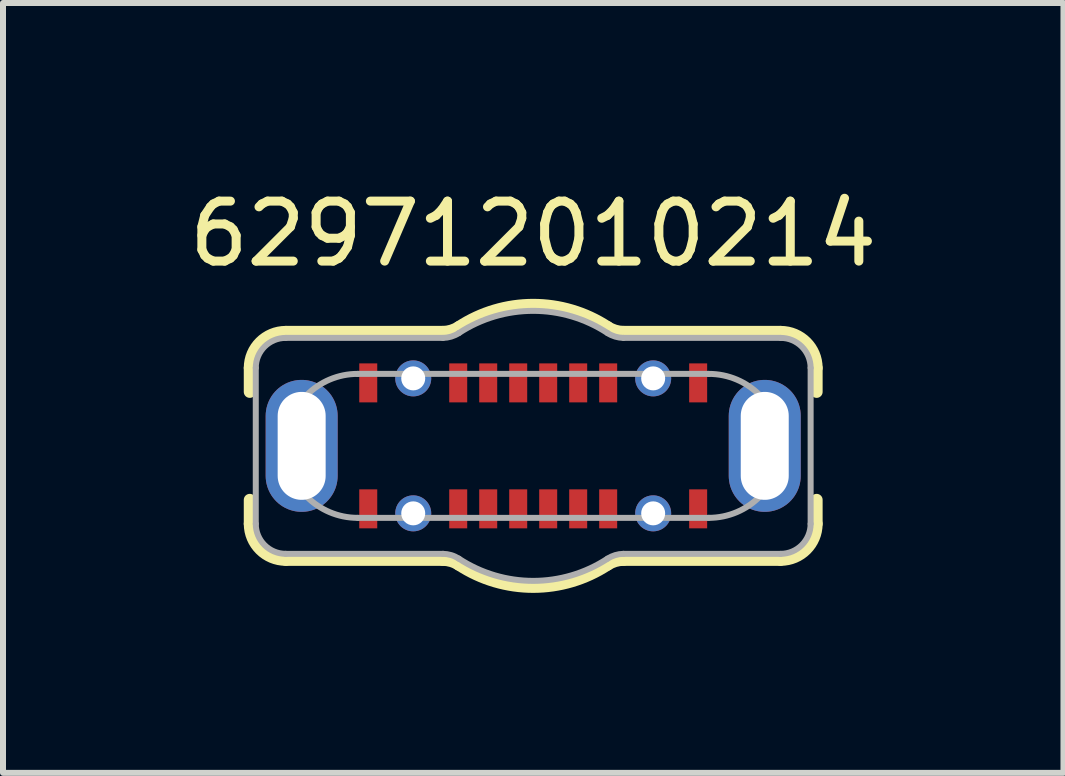
<source format=kicad_pcb>
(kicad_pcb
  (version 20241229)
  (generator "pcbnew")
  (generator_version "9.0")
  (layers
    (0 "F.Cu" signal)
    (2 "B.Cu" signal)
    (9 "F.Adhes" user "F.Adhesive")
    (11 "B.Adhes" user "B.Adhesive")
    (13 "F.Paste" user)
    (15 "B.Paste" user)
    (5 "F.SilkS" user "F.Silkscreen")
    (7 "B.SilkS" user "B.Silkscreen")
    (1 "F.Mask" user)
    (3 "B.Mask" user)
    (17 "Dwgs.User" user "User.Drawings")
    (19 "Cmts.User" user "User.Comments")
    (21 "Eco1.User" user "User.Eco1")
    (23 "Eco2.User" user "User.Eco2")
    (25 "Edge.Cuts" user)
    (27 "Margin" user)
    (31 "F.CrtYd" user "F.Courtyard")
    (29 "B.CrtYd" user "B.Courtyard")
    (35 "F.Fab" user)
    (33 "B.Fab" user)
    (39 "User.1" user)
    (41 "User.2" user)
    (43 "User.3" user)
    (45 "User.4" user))
  (footprint "629712010214"
    (layer "F.Cu")
    (at 5.839 4.383)
    (property "Reference" "629712010214" (at 0 -3.535 0) (layer "F.SilkS") (effects (font (size 1 1) (thickness 0.15))))
    (attr smd)
    (fp_line (start -4.725 -0.9) (end -4.725 -1.3) (stroke (width 0.2) (type solid)) (layer "F.SilkS"))
    (fp_line (start -4.725 1.3) (end -4.725 0.9) (stroke (width 0.2) (type solid)) (layer "F.SilkS"))
    (fp_line (start -4.125 -1.9) (end -1.505 -1.9) (stroke (width 0.2) (type solid)) (layer "F.SilkS"))
    (fp_line (start -1.505 1.9) (end -4.125 1.9) (stroke (width 0.2) (type solid)) (layer "F.SilkS"))
    (fp_line (start 1.505 -1.9) (end 4.125 -1.9) (stroke (width 0.2) (type solid)) (layer "F.SilkS"))
    (fp_line (start 4.125 1.9) (end 1.505 1.9) (stroke (width 0.2) (type solid)) (layer "F.SilkS"))
    (fp_line (start 4.725 -1.3) (end 4.725 -0.9) (stroke (width 0.2) (type solid)) (layer "F.SilkS"))
    (fp_line (start 4.725 0.9) (end 4.725 1.3) (stroke (width 0.2) (type solid)) (layer "F.SilkS"))
    (fp_arc (start -4.725 -1.3) (mid -4.549264 -1.724264) (end -4.125 -1.9) (stroke (width 0.2) (type solid)) (layer "F.SilkS"))
    (fp_arc (start -4.125 1.9) (mid -4.549264 1.724264) (end -4.725 1.3) (stroke (width 0.2) (type solid)) (layer "F.SilkS"))
    (fp_arc (start -1.505 1.9) (mid -1.366858 1.92131) (end -1.24 1.98) (stroke (width 0.2) (type solid)) (layer "F.SilkS"))
    (fp_arc (start -1.24 -1.98) (mid -1.366858 -1.92131) (end -1.505 -1.9) (stroke (width 0.2) (type solid)) (layer "F.SilkS"))
    (fp_arc (start -1.24 -1.98) (mid 0 -2.350856) (end 1.24 -1.98) (stroke (width 0.2) (type solid)) (layer "F.SilkS"))
    (fp_arc (start 1.24 1.98) (mid 0 2.350856) (end -1.24 1.98) (stroke (width 0.2) (type solid)) (layer "F.SilkS"))
    (fp_arc (start 1.24 1.98) (mid 1.366858 1.92131) (end 1.505 1.9) (stroke (width 0.2) (type solid)) (layer "F.SilkS"))
    (fp_arc (start 1.505 -1.9) (mid 1.366858 -1.92131) (end 1.24 -1.98) (stroke (width 0.2) (type solid)) (layer "F.SilkS"))
    (fp_arc (start 4.125 -1.9) (mid 4.549264 -1.724264) (end 4.725 -1.3) (stroke (width 0.2) (type solid)) (layer "F.SilkS"))
    (fp_arc (start 4.725 1.3) (mid 4.549264 1.724264) (end 4.125 1.9) (stroke (width 0.2) (type solid)) (layer "F.SilkS"))
    (fp_line (start -4.625 1.3) (end -4.625 -1.3) (stroke (width 0.1) (type solid)) (layer "F.Fab"))
    (fp_line (start -4.125 -1.8) (end -1.505 -1.8) (stroke (width 0.1) (type solid)) (layer "F.Fab"))
    (fp_line (start -2.925 -1.2) (end 2.925 -1.2) (stroke (width 0.1) (type solid)) (layer "F.Fab"))
    (fp_line (start -1.505 1.8) (end -4.125 1.8) (stroke (width 0.1) (type solid)) (layer "F.Fab"))
    (fp_line (start 1.505 -1.8) (end 4.125 -1.8) (stroke (width 0.1) (type solid)) (layer "F.Fab"))
    (fp_line (start 2.925 1.2) (end -2.925 1.2) (stroke (width 0.1) (type solid)) (layer "F.Fab"))
    (fp_line (start 4.125 1.8) (end 1.505 1.8) (stroke (width 0.1) (type solid)) (layer "F.Fab"))
    (fp_line (start 4.625 -1.3) (end 4.625 1.3) (stroke (width 0.1) (type solid)) (layer "F.Fab"))
    (fp_arc (start -4.625 -1.3) (mid -4.478553 -1.653553) (end -4.125 -1.8) (stroke (width 0.1) (type solid)) (layer "F.Fab"))
    (fp_arc (start -4.125 1.8) (mid -4.478553 1.653553) (end -4.625 1.3) (stroke (width 0.1) (type solid)) (layer "F.Fab"))
    (fp_arc (start -2.925 1.2) (mid -4.125 0) (end -2.925 -1.2) (stroke (width 0.1) (type solid)) (layer "F.Fab"))
    (fp_arc (start -1.505 1.8) (mid -1.366858 1.82131) (end -1.24 1.88) (stroke (width 0.1) (type solid)) (layer "F.Fab"))
    (fp_arc (start -1.24 -1.88) (mid -1.366858 -1.82131) (end -1.505 -1.8) (stroke (width 0.1) (type solid)) (layer "F.Fab"))
    (fp_arc (start -1.24 -1.88) (mid 0 -2.250856) (end 1.24 -1.88) (stroke (width 0.1) (type solid)) (layer "F.Fab"))
    (fp_arc (start 1.24 1.88) (mid 0 2.250856) (end -1.24 1.88) (stroke (width 0.1) (type solid)) (layer "F.Fab"))
    (fp_arc (start 1.24 1.88) (mid 1.366858 1.82131) (end 1.505 1.8) (stroke (width 0.1) (type solid)) (layer "F.Fab"))
    (fp_arc (start 1.505 -1.8) (mid 1.366858 -1.82131) (end 1.24 -1.88) (stroke (width 0.1) (type solid)) (layer "F.Fab"))
    (fp_arc (start 2.925 -1.2) (mid 4.125 0) (end 2.925 1.2) (stroke (width 0.1) (type solid)) (layer "F.Fab"))
    (fp_arc (start 4.125 -1.8) (mid 4.478553 -1.653553) (end 4.625 -1.3) (stroke (width 0.1) (type solid)) (layer "F.Fab"))
    (fp_arc (start 4.625 1.3) (mid 4.478553 1.653553) (end 4.125 1.8) (stroke (width 0.1) (type solid)) (layer "F.Fab"))
    (pad "A1" smd rect (at 2.75 -1.05 180) (size 0.3 0.65) (layers "F.Cu" "F.Mask" "F.Paste"))
    (pad "A4" smd rect (at 1.25 -1.05 180) (size 0.3 0.65) (layers "F.Cu" "F.Mask" "F.Paste"))
    (pad "A5" smd rect (at 0.75 -1.05 180) (size 0.3 0.65) (layers "F.Cu" "F.Mask" "F.Paste"))
    (pad "A6" smd rect (at 0.25 -1.05 180) (size 0.3 0.65) (layers "F.Cu" "F.Mask" "F.Paste"))
    (pad "A7" smd rect (at -0.25 -1.05 180) (size 0.3 0.65) (layers "F.Cu" "F.Mask" "F.Paste"))
    (pad "A8" smd rect (at -0.75 -1.05 180) (size 0.3 0.65) (layers "F.Cu" "F.Mask" "F.Paste"))
    (pad "A9" smd rect (at -1.25 -1.05 180) (size 0.3 0.65) (layers "F.Cu" "F.Mask" "F.Paste"))
    (pad "A12" smd rect (at -2.75 -1.05 180) (size 0.3 0.65) (layers "F.Cu" "F.Mask" "F.Paste"))
    (pad "B1" smd rect (at -2.75 1.05 180) (size 0.3 0.65) (layers "F.Cu" "F.Mask" "F.Paste"))
    (pad "B4" smd rect (at -1.25 1.05 180) (size 0.3 0.65) (layers "F.Cu" "F.Mask" "F.Paste"))
    (pad "B5" smd rect (at -0.75 1.05 180) (size 0.3 0.65) (layers "F.Cu" "F.Mask" "F.Paste"))
    (pad "B6" smd rect (at -0.25 1.05 180) (size 0.3 0.65) (layers "F.Cu" "F.Mask" "F.Paste"))
    (pad "B7" smd rect (at 0.25 1.05 180) (size 0.3 0.65) (layers "F.Cu" "F.Mask" "F.Paste"))
    (pad "B8" smd rect (at 0.75 1.05 180) (size 0.3 0.65) (layers "F.Cu" "F.Mask" "F.Paste"))
    (pad "B9" smd rect (at 1.25 1.05 180) (size 0.3 0.65) (layers "F.Cu" "F.Mask" "F.Paste"))
    (pad "B12" smd rect (at 2.75 1.05 180) (size 0.3 0.65) (layers "F.Cu" "F.Mask" "F.Paste"))
    (pad "S1" thru_hole circle (at 2 -1.125) (size 0.6 0.6) (drill 0.4) (layers "*.Cu" "*.Mask"))
    (pad "S2" thru_hole circle (at -2 -1.125) (size 0.6 0.6) (drill 0.4) (layers "*.Cu" "*.Mask"))
    (pad "S3" thru_hole circle (at -2 1.125) (size 0.6 0.6) (drill 0.4) (layers "*.Cu" "*.Mask"))
    (pad "S4" thru_hole circle (at 2 1.125) (size 0.6 0.6) (drill 0.4) (layers "*.Cu" "*.Mask"))
    (pad "S5" thru_hole oval (at -3.86 0) (size 1.2 2.2) (drill oval 0.8 1.8) (layers "*.Cu" "*.Mask"))
    (pad "S6" thru_hole oval (at 3.86 0) (size 1.2 2.2) (drill oval 0.8 1.8) (layers "*.Cu" "*.Mask")))
  (gr_rect
    (start -3 -3)
    (end 14.679 9.834)
    (stroke (width 0.1) (type default))
    (fill no)
    (layer "Edge.Cuts")))
</source>
